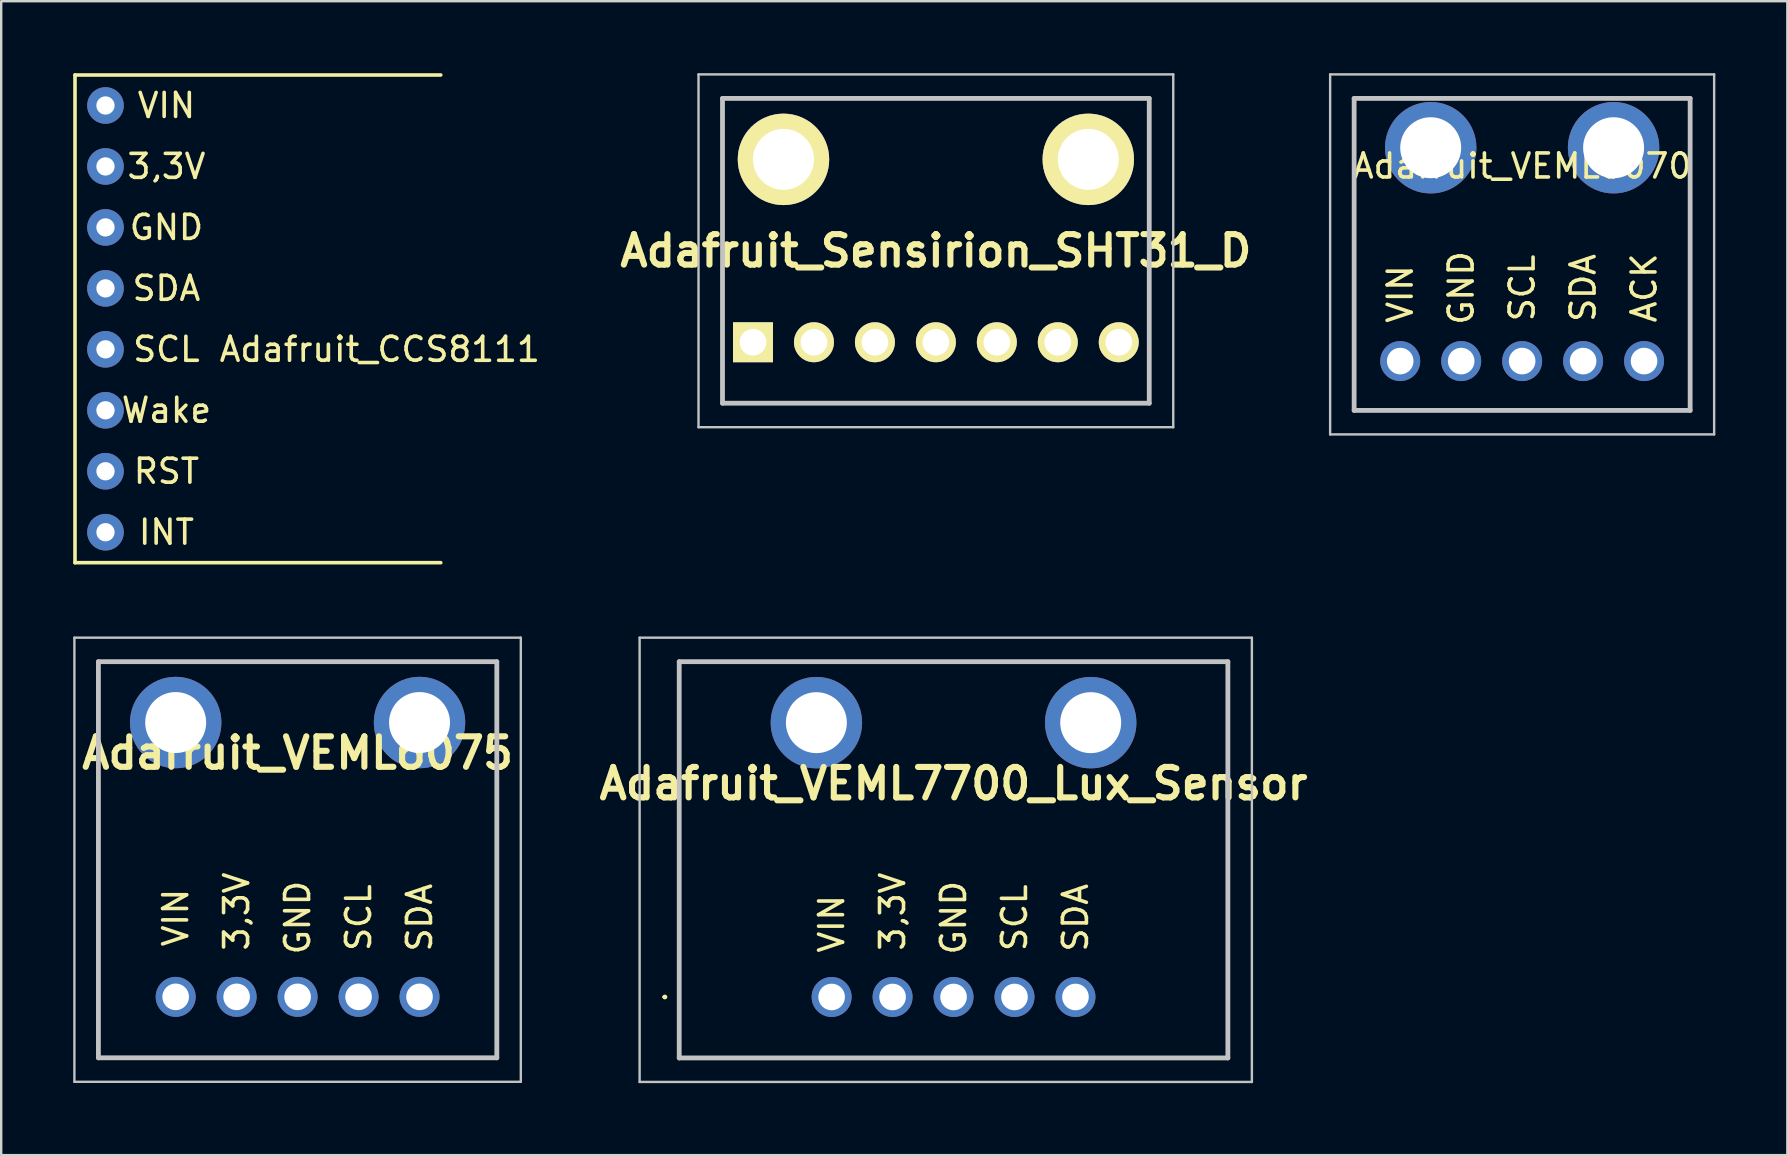
<source format=kicad_pcb>
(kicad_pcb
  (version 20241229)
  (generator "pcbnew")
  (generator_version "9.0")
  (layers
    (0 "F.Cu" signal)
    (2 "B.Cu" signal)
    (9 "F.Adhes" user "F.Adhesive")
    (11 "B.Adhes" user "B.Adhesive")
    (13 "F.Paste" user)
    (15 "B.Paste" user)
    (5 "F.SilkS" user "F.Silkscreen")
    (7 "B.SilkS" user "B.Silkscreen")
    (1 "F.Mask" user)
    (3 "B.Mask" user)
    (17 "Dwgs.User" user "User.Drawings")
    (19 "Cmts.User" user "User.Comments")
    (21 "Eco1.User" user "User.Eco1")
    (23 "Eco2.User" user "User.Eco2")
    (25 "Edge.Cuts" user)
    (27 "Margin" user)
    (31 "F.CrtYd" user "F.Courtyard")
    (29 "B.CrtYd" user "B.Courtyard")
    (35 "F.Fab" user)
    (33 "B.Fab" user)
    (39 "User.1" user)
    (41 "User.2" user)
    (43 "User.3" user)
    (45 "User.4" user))
  (footprint "Adafruit_VEML7700_Lux_Sensor"
    (layer "F.Cu")
    (at 31.6 38.49)
    (property "Reference" "Adafruit_VEML7700_Lux_Sensor" (at 5.08 -8.89 180) (layer "F.SilkS") (effects (font (size 1.27 1.27) (thickness 0.254))))
    (attr through_hole)
    (fp_line (start -7 0) (end -7 0) (stroke (width 0.1) (type solid)) (layer "F.SilkS"))
    (fp_line (start -6.9 0) (end -6.9 0) (stroke (width 0.1) (type solid)) (layer "F.SilkS"))
    (fp_line (start -6.35 -13.97) (end 16.51 -13.97) (stroke (width 0.1) (type solid)) (layer "F.SilkS"))
    (fp_line (start -6.35 2.54) (end -6.35 -13.97) (stroke (width 0.1) (type solid)) (layer "F.SilkS"))
    (fp_line (start 16.51 -13.97) (end 16.51 2.54) (stroke (width 0.1) (type solid)) (layer "F.SilkS"))
    (fp_line (start 16.51 2.54) (end -6.35 2.54) (stroke (width 0.1) (type solid)) (layer "F.SilkS"))
    (fp_arc (start -7 0) (mid -6.95 -0.05) (end -6.9 0) (stroke (width 0.1) (type solid)) (layer "F.SilkS"))
    (fp_arc (start -6.9 0) (mid -6.95 0.05) (end -7 0) (stroke (width 0.1) (type solid)) (layer "F.SilkS"))
    (fp_line (start -8 -14.97) (end 17.51 -14.97) (stroke (width 0.1) (type solid)) (layer "Dwgs.User"))
    (fp_line (start -8 3.54) (end -8 -14.97) (stroke (width 0.1) (type solid)) (layer "Dwgs.User"))
    (fp_line (start -6.35 -13.97) (end 16.51 -13.97) (stroke (width 0.2) (type solid)) (layer "Dwgs.User"))
    (fp_line (start -6.35 2.54) (end -6.35 -13.97) (stroke (width 0.2) (type solid)) (layer "Dwgs.User"))
    (fp_line (start 16.51 -13.97) (end 16.51 2.54) (stroke (width 0.2) (type solid)) (layer "Dwgs.User"))
    (fp_line (start 16.51 2.54) (end -6.35 2.54) (stroke (width 0.2) (type solid)) (layer "Dwgs.User"))
    (fp_line (start 17.51 -14.97) (end 17.51 3.54) (stroke (width 0.1) (type solid)) (layer "Dwgs.User"))
    (fp_line (start 17.51 3.54) (end -8 3.54) (stroke (width 0.1) (type solid)) (layer "Dwgs.User"))
    (fp_text user "3,3V" (at 2.54 -3.556 90) (layer "F.SilkS") (effects (font (size 1 1) (thickness 0.15))))
    (fp_text user "GND" (at 5.08 -3.302 90) (layer "F.SilkS") (effects (font (size 1 1) (thickness 0.15))))
    (fp_text user "SDA" (at 10.16 -3.302 90) (layer "F.SilkS") (effects (font (size 1 1) (thickness 0.15))))
    (fp_text user "SCL" (at 7.62 -3.302 90) (layer "F.SilkS") (effects (font (size 1 1) (thickness 0.15))))
    (fp_text user "VIN" (at 0 -3.048 90) (layer "F.SilkS") (effects (font (size 1 1) (thickness 0.15))))
    (pad "1" thru_hole circle (at 0 0 90) (size 1.665 1.665) (drill 1.11) (layers "*.Cu" "*.Mask"))
    (pad "2" thru_hole circle (at 2.54 0 90) (size 1.665 1.665) (drill 1.11) (layers "*.Cu" "*.Mask"))
    (pad "3" thru_hole circle (at 5.08 0 90) (size 1.665 1.665) (drill 1.11) (layers "*.Cu" "*.Mask"))
    (pad "4" thru_hole circle (at 7.62 0 90) (size 1.665 1.665) (drill 1.11) (layers "*.Cu" "*.Mask"))
    (pad "5" thru_hole circle (at 10.16 0 90) (size 1.665 1.665) (drill 1.11) (layers "*.Cu" "*.Mask"))
    (pad "MH1" thru_hole circle (at -0.635 -11.43 90) (size 3.81 3.81) (drill 2.54) (layers "*.Cu" "*.Mask"))
    (pad "MH2" thru_hole circle (at 10.795 -11.43 90) (size 3.81 3.81) (drill 2.54) (layers "*.Cu" "*.Mask")))
  (footprint "Adafruit_Sensirion_SHT31_D"
    (layer "F.Cu")
    (at 28.324 11.21)
    (property "Reference" "Adafruit_Sensirion_SHT31_D" (at 7.62 -3.81 0) (layer "F.SilkS") (effects (font (size 1.27 1.27) (thickness 0.254))))
    (attr through_hole)
    (fp_line (start -1.27 -10.16) (end 16.51 -10.16) (stroke (width 0.1) (type solid)) (layer "F.SilkS"))
    (fp_line (start -1.27 2.54) (end -1.27 -10.16) (stroke (width 0.1) (type solid)) (layer "F.SilkS"))
    (fp_line (start 16.51 -10.16) (end 16.51 2.54) (stroke (width 0.1) (type solid)) (layer "F.SilkS"))
    (fp_line (start 16.51 2.54) (end -1.27 2.54) (stroke (width 0.1) (type solid)) (layer "F.SilkS"))
    (fp_line (start -2.27 -11.16) (end 17.51 -11.16) (stroke (width 0.1) (type solid)) (layer "Dwgs.User"))
    (fp_line (start -2.27 3.54) (end -2.27 -11.16) (stroke (width 0.1) (type solid)) (layer "Dwgs.User"))
    (fp_line (start -1.27 -10.16) (end 16.51 -10.16) (stroke (width 0.2) (type solid)) (layer "Dwgs.User"))
    (fp_line (start -1.27 2.54) (end -1.27 -10.16) (stroke (width 0.2) (type solid)) (layer "Dwgs.User"))
    (fp_line (start 16.51 -10.16) (end 16.51 2.54) (stroke (width 0.2) (type solid)) (layer "Dwgs.User"))
    (fp_line (start 16.51 2.54) (end -1.27 2.54) (stroke (width 0.2) (type solid)) (layer "Dwgs.User"))
    (fp_line (start 17.51 -11.16) (end 17.51 3.54) (stroke (width 0.1) (type solid)) (layer "Dwgs.User"))
    (fp_line (start 17.51 3.54) (end -2.27 3.54) (stroke (width 0.1) (type solid)) (layer "Dwgs.User"))
    (pad "1" thru_hole rect (at 0 0 90) (size 1.665 1.665) (drill 1.11) (layers "*.Cu" "*.Mask" "F.SilkS"))
    (pad "2" thru_hole circle (at 2.54 0 90) (size 1.665 1.665) (drill 1.11) (layers "*.Cu" "*.Mask" "F.SilkS"))
    (pad "3" thru_hole circle (at 5.08 0 90) (size 1.665 1.665) (drill 1.11) (layers "*.Cu" "*.Mask" "F.SilkS"))
    (pad "4" thru_hole circle (at 7.62 0 90) (size 1.665 1.665) (drill 1.11) (layers "*.Cu" "*.Mask" "F.SilkS"))
    (pad "5" thru_hole circle (at 10.16 0 90) (size 1.665 1.665) (drill 1.11) (layers "*.Cu" "*.Mask" "F.SilkS"))
    (pad "6" thru_hole circle (at 12.7 0 90) (size 1.665 1.665) (drill 1.11) (layers "*.Cu" "*.Mask" "F.SilkS"))
    (pad "7" thru_hole circle (at 15.24 0 90) (size 1.665 1.665) (drill 1.11) (layers "*.Cu" "*.Mask" "F.SilkS"))
    (pad "MH1" thru_hole circle (at 1.27 -7.62 90) (size 3.81 3.81) (drill 2.54) (layers "*.Cu" "*.Mask" "F.SilkS"))
    (pad "MH2" thru_hole circle (at 13.97 -7.62 90) (size 3.81 3.81) (drill 2.54) (layers "*.Cu" "*.Mask" "F.SilkS")))
  (footprint "Adafruit_VEML6070"
    (layer "F.Cu")
    (at 55.291 11.995)
    (property "Reference" "Adafruit_VEML6070" (at 5.08 -8.128 0) (layer "F.SilkS") (effects (font (size 1 1) (thickness 0.15))))
    (attr through_hole)
    (fp_line (start -1.92 -10.945) (end 12.08 -10.945) (stroke (width 0.1) (type solid)) (layer "F.SilkS"))
    (fp_line (start -1.92 2.055) (end -1.92 -10.945) (stroke (width 0.1) (type solid)) (layer "F.SilkS"))
    (fp_line (start 12.08 -10.945) (end 12.08 2.055) (stroke (width 0.1) (type solid)) (layer "F.SilkS"))
    (fp_line (start 12.08 2.055) (end -1.92 2.055) (stroke (width 0.1) (type solid)) (layer "F.SilkS"))
    (fp_line (start -2.92 -11.945) (end 13.08 -11.945) (stroke (width 0.1) (type solid)) (layer "Dwgs.User"))
    (fp_line (start -2.92 3.055) (end -2.92 -11.945) (stroke (width 0.1) (type solid)) (layer "Dwgs.User"))
    (fp_line (start -1.92 -10.945) (end 12.08 -10.945) (stroke (width 0.2) (type solid)) (layer "Dwgs.User"))
    (fp_line (start -1.92 2.055) (end -1.92 -10.945) (stroke (width 0.2) (type solid)) (layer "Dwgs.User"))
    (fp_line (start 12.08 -10.945) (end 12.08 2.055) (stroke (width 0.2) (type solid)) (layer "Dwgs.User"))
    (fp_line (start 12.08 2.055) (end -1.92 2.055) (stroke (width 0.2) (type solid)) (layer "Dwgs.User"))
    (fp_line (start 13.08 -11.945) (end 13.08 3.055) (stroke (width 0.1) (type solid)) (layer "Dwgs.User"))
    (fp_line (start 13.08 3.055) (end -2.92 3.055) (stroke (width 0.1) (type solid)) (layer "Dwgs.User"))
    (fp_text user "ACK" (at 10.16 -3.048 270) (layer "F.SilkS") (effects (font (size 1 1) (thickness 0.15))))
    (fp_text user "VIN" (at 0 -2.794 270) (layer "F.SilkS") (effects (font (size 1 1) (thickness 0.15))))
    (fp_text user "SDA" (at 7.62 -3.048 270) (layer "F.SilkS") (effects (font (size 1 1) (thickness 0.15))))
    (fp_text user "SCL" (at 5.08 -3.048 270) (layer "F.SilkS") (effects (font (size 1 1) (thickness 0.15))))
    (fp_text user "GND" (at 2.54 -3.048 270) (layer "F.SilkS") (effects (font (size 1 1) (thickness 0.15))))
    (pad "1" thru_hole circle (at 0 0 90) (size 1.665 1.665) (drill 1.11) (layers "*.Cu" "*.Mask"))
    (pad "2" thru_hole circle (at 2.54 0 90) (size 1.665 1.665) (drill 1.11) (layers "*.Cu" "*.Mask"))
    (pad "3" thru_hole circle (at 5.08 0 90) (size 1.665 1.665) (drill 1.11) (layers "*.Cu" "*.Mask"))
    (pad "4" thru_hole circle (at 7.62 0 90) (size 1.665 1.665) (drill 1.11) (layers "*.Cu" "*.Mask"))
    (pad "5" thru_hole circle (at 10.16 0 90) (size 1.665 1.665) (drill 1.11) (layers "*.Cu" "*.Mask"))
    (pad "MH1" thru_hole circle (at 1.27 -8.89 90) (size 3.81 3.81) (drill 2.54) (layers "*.Cu" "*.Mask"))
    (pad "MH2" thru_hole circle (at 8.89 -8.89 90) (size 3.81 3.81) (drill 2.54) (layers "*.Cu" "*.Mask")))
  (footprint "Adafruit_CCS8111"
    (layer "F.Cu")
    (at 7.695 10.235)
    (property "Reference" "Adafruit_CCS8111" (at 5.08 1.27 0) (unlocked yes) (layer "F.SilkS") (effects (font (size 1 1) (thickness 0.15))))
    (attr through_hole)
    (fp_line (start -7.62 -10.16) (end -7.62 10.16) (stroke (width 0.15) (type solid)) (layer "F.SilkS"))
    (fp_line (start -7.62 10.16) (end 7.62 10.16) (stroke (width 0.15) (type solid)) (layer "F.SilkS"))
    (fp_line (start 7.62 -10.16) (end -7.62 -10.16) (stroke (width 0.15) (type solid)) (layer "F.SilkS"))
    (fp_text user "3,3V" (at -3.81 -6.35 0) (unlocked yes) (layer "F.SilkS") (effects (font (size 1 1) (thickness 0.15))))
    (fp_text user "Wake" (at -3.81 3.81 0) (unlocked yes) (layer "F.SilkS") (effects (font (size 1 1) (thickness 0.15))))
    (fp_text user "INT" (at -3.81 8.89 0) (unlocked yes) (layer "F.SilkS") (effects (font (size 1 1) (thickness 0.15))))
    (fp_text user "RST" (at -3.81 6.35 0) (unlocked yes) (layer "F.SilkS") (effects (font (size 1 1) (thickness 0.15))))
    (fp_text user "VIN" (at -3.81 -8.89 0) (unlocked yes) (layer "F.SilkS") (effects (font (size 1 1) (thickness 0.15))))
    (fp_text user "SDA" (at -3.81 -1.27 0) (unlocked yes) (layer "F.SilkS") (effects (font (size 1 1) (thickness 0.15))))
    (fp_text user "GND" (at -3.81 -3.81 0) (unlocked yes) (layer "F.SilkS") (effects (font (size 1 1) (thickness 0.15))))
    (fp_text user "SCL" (at -3.81 1.27 0) (unlocked yes) (layer "F.SilkS") (effects (font (size 1 1) (thickness 0.15))))
    (pad "1" thru_hole circle (at -6.35 -8.89) (size 1.524 1.524) (drill 0.762) (layers "*.Cu" "*.Mask"))
    (pad "2" thru_hole circle (at -6.35 -6.35) (size 1.524 1.524) (drill 0.762) (layers "*.Cu" "*.Mask"))
    (pad "3" thru_hole circle (at -6.35 -3.81) (size 1.524 1.524) (drill 0.762) (layers "*.Cu" "*.Mask"))
    (pad "4" thru_hole circle (at -6.35 -1.27) (size 1.524 1.524) (drill 0.762) (layers "*.Cu" "*.Mask"))
    (pad "5" thru_hole circle (at -6.35 1.27) (size 1.524 1.524) (drill 0.762) (layers "*.Cu" "*.Mask"))
    (pad "6" thru_hole circle (at -6.35 3.81) (size 1.524 1.524) (drill 0.762) (layers "*.Cu" "*.Mask"))
    (pad "7" thru_hole circle (at -6.35 6.35) (size 1.524 1.524) (drill 0.762) (layers "*.Cu" "*.Mask"))
    (pad "8" thru_hole circle (at -6.35 8.89) (size 1.524 1.524) (drill 0.762) (layers "*.Cu" "*.Mask")))
  (footprint "Adafruit_VEML6075"
    (layer "F.Cu")
    (at 4.27 38.485)
    (property "Reference" "Adafruit_VEML6075" (at 5.08 -10.16 180) (layer "F.SilkS") (effects (font (size 1.27 1.27) (thickness 0.254))))
    (attr through_hole)
    (fp_line (start -3.22 -13.965) (end 13.38 -13.965) (stroke (width 0.1) (type solid)) (layer "F.SilkS"))
    (fp_line (start -3.22 2.54) (end -3.22 -13.965) (stroke (width 0.1) (type solid)) (layer "F.SilkS"))
    (fp_line (start 13.38 -13.965) (end 13.38 2.54) (stroke (width 0.1) (type solid)) (layer "F.SilkS"))
    (fp_line (start 13.38 2.54) (end -3.22 2.54) (stroke (width 0.1) (type solid)) (layer "F.SilkS"))
    (fp_line (start -4.22 -14.965) (end 14.38 -14.965) (stroke (width 0.1) (type solid)) (layer "Dwgs.User"))
    (fp_line (start -4.22 3.54) (end -4.22 -14.965) (stroke (width 0.1) (type solid)) (layer "Dwgs.User"))
    (fp_line (start -3.22 -13.965) (end 13.38 -13.965) (stroke (width 0.2) (type solid)) (layer "Dwgs.User"))
    (fp_line (start -3.22 2.54) (end -3.22 -13.965) (stroke (width 0.2) (type solid)) (layer "Dwgs.User"))
    (fp_line (start 13.38 -13.965) (end 13.38 2.54) (stroke (width 0.2) (type solid)) (layer "Dwgs.User"))
    (fp_line (start 13.38 2.54) (end -3.22 2.54) (stroke (width 0.2) (type solid)) (layer "Dwgs.User"))
    (fp_line (start 14.38 -14.965) (end 14.38 3.54) (stroke (width 0.1) (type solid)) (layer "Dwgs.User"))
    (fp_line (start 14.38 3.54) (end -4.22 3.54) (stroke (width 0.1) (type solid)) (layer "Dwgs.User"))
    (fp_text user "VIN" (at 0 -3.302 90) (layer "F.SilkS") (effects (font (size 1 1) (thickness 0.15))))
    (fp_text user "SDA" (at 10.16 -3.302 90) (layer "F.SilkS") (effects (font (size 1 1) (thickness 0.15))))
    (fp_text user "SCL" (at 7.62 -3.302 90) (layer "F.SilkS") (effects (font (size 1 1) (thickness 0.15))))
    (fp_text user "3,3V" (at 2.54 -3.556 90) (layer "F.SilkS") (effects (font (size 1 1) (thickness 0.15))))
    (fp_text user "GND" (at 5.08 -3.302 90) (layer "F.SilkS") (effects (font (size 1 1) (thickness 0.15))))
    (pad "1" thru_hole circle (at 0 0 90) (size 1.665 1.665) (drill 1.11) (layers "*.Cu" "*.Mask"))
    (pad "2" thru_hole circle (at 2.54 0 90) (size 1.665 1.665) (drill 1.11) (layers "*.Cu" "*.Mask"))
    (pad "3" thru_hole circle (at 5.08 0 90) (size 1.665 1.665) (drill 1.11) (layers "*.Cu" "*.Mask"))
    (pad "4" thru_hole circle (at 7.62 0 90) (size 1.665 1.665) (drill 1.11) (layers "*.Cu" "*.Mask"))
    (pad "5" thru_hole circle (at 10.16 0 90) (size 1.665 1.665) (drill 1.11) (layers "*.Cu" "*.Mask"))
    (pad "MH1" thru_hole circle (at 0 -11.43 90) (size 3.81 3.81) (drill 2.54) (layers "*.Cu" "*.Mask"))
    (pad "MH2" thru_hole circle (at 10.16 -11.43 90) (size 3.81 3.81) (drill 2.54) (layers "*.Cu" "*.Mask")))
  (gr_rect
    (start -3 -3)
    (end 71.421 45.08)
    (stroke (width 0.1) (type default))
    (fill no)
    (layer "Edge.Cuts")))
</source>
